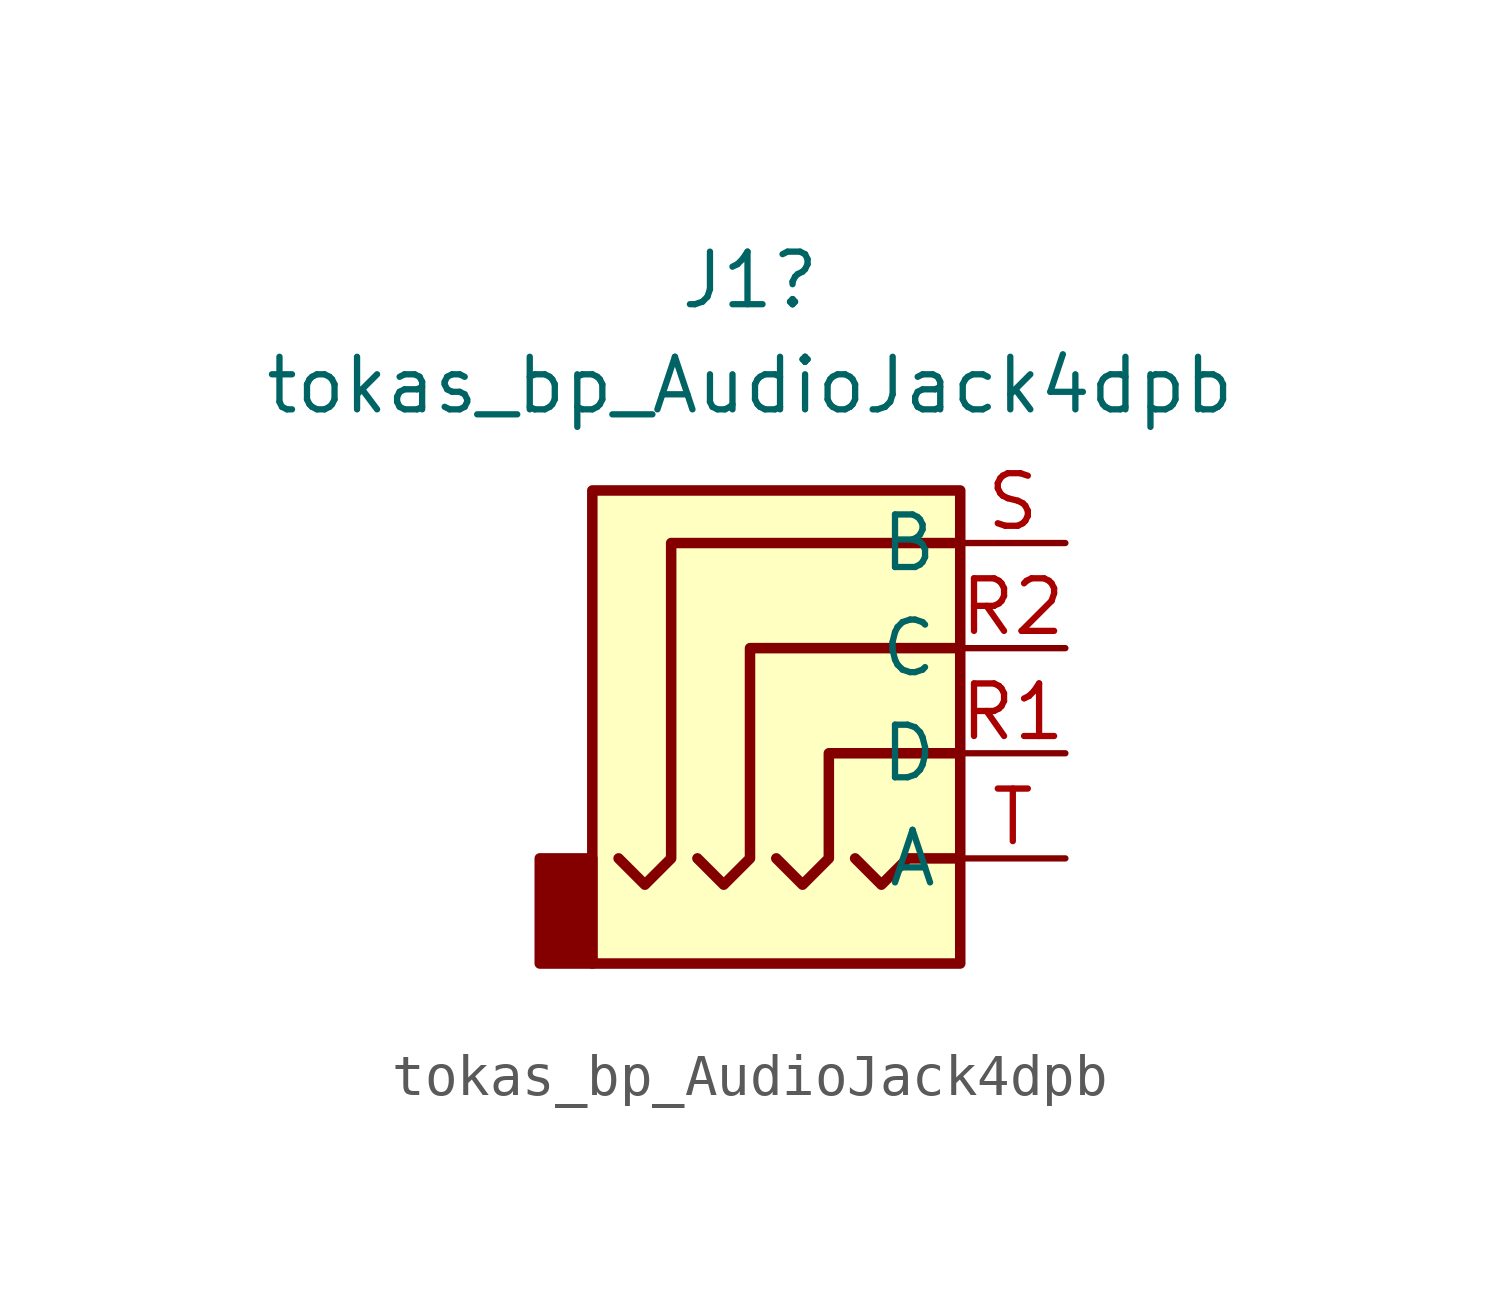
<source format=kicad_sym>
(kicad_symbol_lib
  (version 20211014)
  (generator kicad_symbol_editor)
  (symbol "tokas_bp_AudioJack4dpb"
    (property "Reference" "J1"
      (at -2.54 8.89 0)
      (effects (font (size 1.27 1.27))))
    (property "Value" "tokas_bp_AudioJack4dpb"
      (at -2.54 6.35 0)
      (effects (font (size 1.27 1.27))))
    (symbol "tokas_bp_AudioJack4dpb_0_1"
      (rectangle (start -6.35 -5.08) (end -7.62 -7.62) (stroke (width 0.254) (type default) (color 0 0 0 0)) (fill (type outline)))
      (polyline (pts (xy 0 -5.08) (xy 0.635 -5.715) (xy 1.27 -5.08) (xy 2.54 -5.08)) (stroke (width 0.254) (type default) (color 0 0 0 0)) (fill (type none)))
      (polyline (pts (xy -5.715 -5.08) (xy -5.08 -5.715) (xy -4.445 -5.08) (xy -4.445 2.54) (xy 2.54 2.54)) (stroke (width 0.254) (type default) (color 0 0 0 0)) (fill (type none)))
      (polyline (pts (xy -1.905 -5.08) (xy -1.27 -5.715) (xy -0.635 -5.08) (xy -0.635 -2.54) (xy 2.54 -2.54)) (stroke (width 0.254) (type default) (color 0 0 0 0)) (fill (type none)))
      (polyline (pts (xy 2.54 0) (xy -2.54 0) (xy -2.54 -5.08) (xy -3.175 -5.715) (xy -3.81 -5.08)) (stroke (width 0.254) (type default) (color 0 0 0 0)) (fill (type none)))
      (rectangle (start 2.54 3.81) (end -6.35 -7.62) (stroke (width 0.254) (type default) (color 0 0 0 0)) (fill (type background))))
    (symbol "tokas_bp_AudioJack4dpb_1_1"
      (pin passive line (at 5.08 -2.54 180) (length 2.54) (name "D" (effects (font (size 1.27 1.27)))) (number "R1" (effects (font (size 1.27 1.27)))))
      (pin passive line (at 5.08 0 180) (length 2.54) (name "C" (effects (font (size 1.27 1.27)))) (number "R2" (effects (font (size 1.27 1.27)))))
      (pin passive line (at 5.08 2.54 180) (length 2.54) (name "B" (effects (font (size 1.27 1.27)))) (number "S" (effects (font (size 1.27 1.27)))))
      (pin passive line (at 5.08 -5.08 180) (length 2.54) (name "A" (effects (font (size 1.27 1.27)))) (number "T" (effects (font (size 1.27 1.27))))))))
</source>
